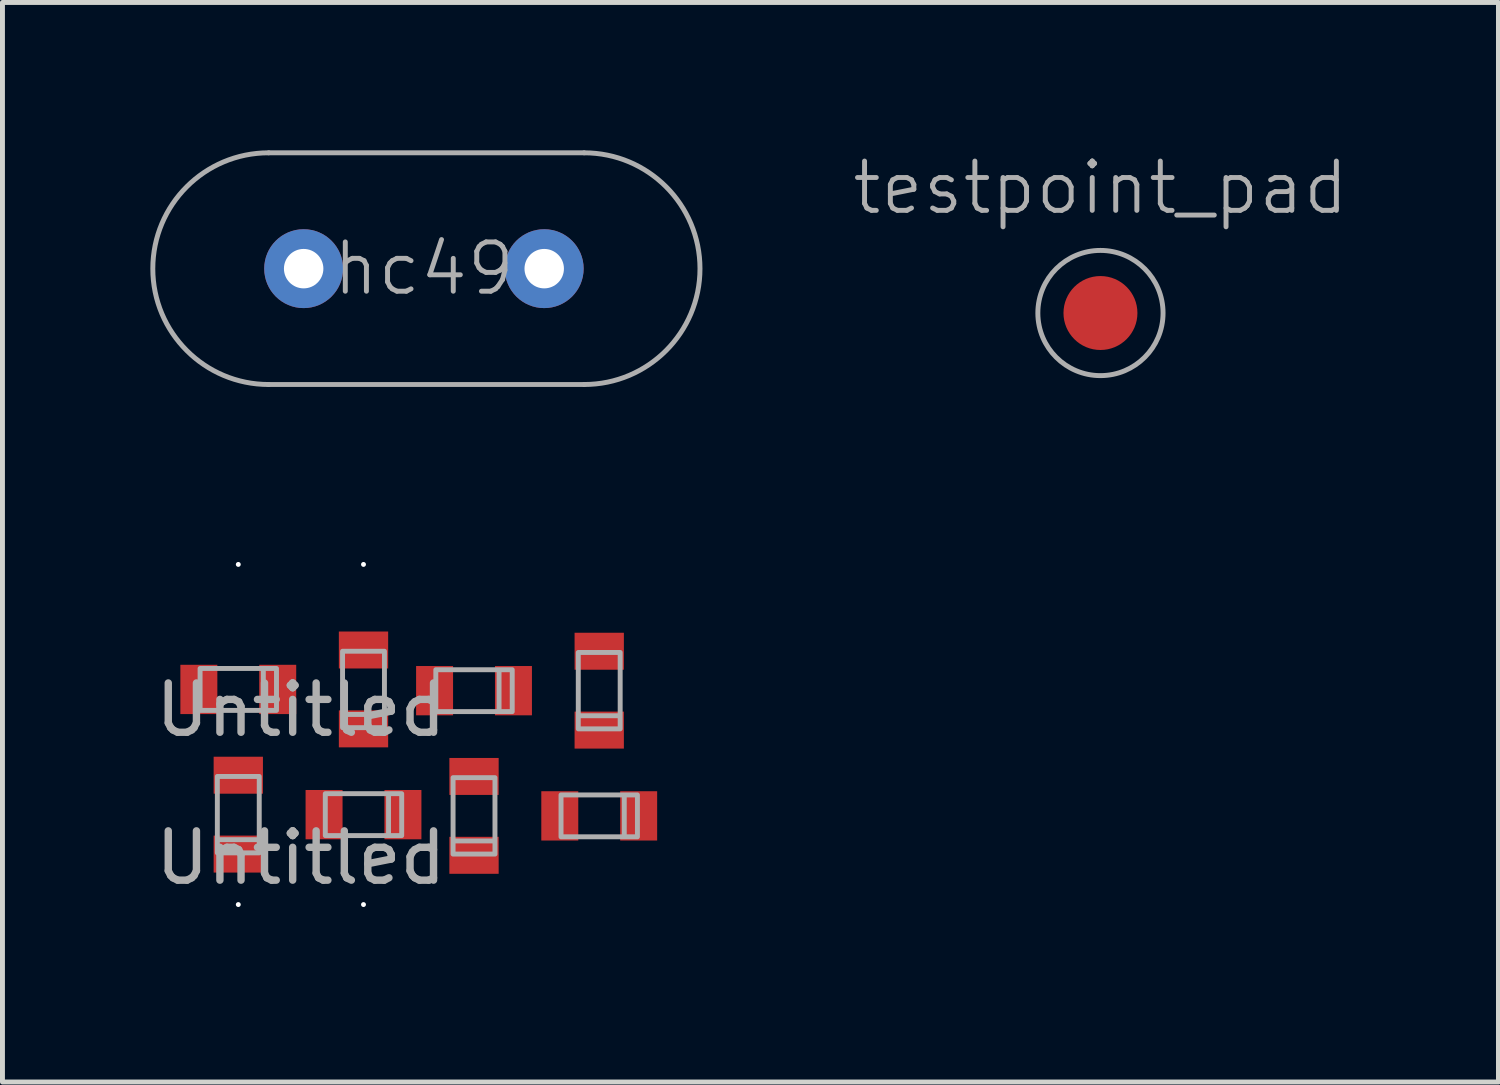
<source format=kicad_pcb>
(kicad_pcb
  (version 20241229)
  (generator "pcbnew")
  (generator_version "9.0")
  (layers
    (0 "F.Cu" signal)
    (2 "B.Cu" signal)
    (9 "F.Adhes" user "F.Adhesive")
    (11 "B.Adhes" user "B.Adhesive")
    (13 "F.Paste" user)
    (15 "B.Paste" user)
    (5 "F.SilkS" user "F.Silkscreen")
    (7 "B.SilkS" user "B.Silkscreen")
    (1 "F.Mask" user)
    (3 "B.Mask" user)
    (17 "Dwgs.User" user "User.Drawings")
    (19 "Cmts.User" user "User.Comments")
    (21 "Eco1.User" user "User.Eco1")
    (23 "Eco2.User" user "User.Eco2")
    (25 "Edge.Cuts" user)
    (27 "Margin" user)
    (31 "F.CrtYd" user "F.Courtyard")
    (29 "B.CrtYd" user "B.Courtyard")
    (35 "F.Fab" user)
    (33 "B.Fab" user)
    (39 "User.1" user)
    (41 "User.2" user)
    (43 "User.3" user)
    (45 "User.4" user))
  (footprint "testpoint_pad"
    (layer "F.Cu")
    (at 19.274 3.3)
    (property "Reference" "testpoint_pad" (at 0 -2.54 0) (unlocked yes) (layer "F.Fab") (effects (font (size 1 1) (thickness 0.1))))
    (attr smd)
    (fp_circle (center 0 0) (end 1.27 0) (stroke (width 0.1) (type solid)) (fill no) (layer "F.Fab"))
    (pad "1" smd circle (at 0 0) (size 1.5 1.5) (layers "F.Cu" "F.Mask")))
  (footprint "Untitled"
    (layer "F.Cu")
    (at 3.054 11.85)
    (property "Reference" "Untitled" (at 0 -0.5 0) (unlocked yes) (layer "F.Fab") (effects (font (size 1 1) (thickness 0.15))))
    (attr through_hole)
    (fp_line (start -1.676 2.134) (end -0.864 2.134) (stroke (width 0.1) (type default)) (layer "F.Fab"))
    (fp_line (start -0.762 -0.508) (end -0.762 -1.321) (stroke (width 0.1) (type default)) (layer "F.Fab"))
    (fp_line (start 0.864 -0.406) (end 1.676 -0.406) (stroke (width 0.1) (type default)) (layer "F.Fab"))
    (fp_line (start 1.778 2.032) (end 1.778 1.219) (stroke (width 0.1) (type default)) (layer "F.Fab"))
    (fp_line (start 3.106 2.159) (end 3.918 2.159) (stroke (width 0.1) (type default)) (layer "F.Fab"))
    (fp_line (start 4.02 -0.483) (end 4.02 -1.295) (stroke (width 0.1) (type default)) (layer "F.Fab"))
    (fp_line (start 5.646 -0.381) (end 6.458 -0.381) (stroke (width 0.1) (type default)) (layer "F.Fab"))
    (fp_line (start 6.56 2.057) (end 6.56 1.245) (stroke (width 0.1) (type default)) (layer "F.Fab"))
    (fp_rect (start -2.045 -1.339) (end -0.495 -0.489) (stroke (width 0.1) (type default)) (fill no) (layer "F.Fab"))
    (fp_rect (start -1.695 0.851) (end -0.845 2.401) (stroke (width 0.1) (type default)) (fill no) (layer "F.Fab"))
    (fp_rect (start 0.495 1.201) (end 2.045 2.051) (stroke (width 0.1) (type default)) (fill no) (layer "F.Fab"))
    (fp_rect (start 0.845 -1.689) (end 1.695 -0.139) (stroke (width 0.1) (type default)) (fill no) (layer "F.Fab"))
    (fp_rect (start 2.737 -1.314) (end 4.287 -0.464) (stroke (width 0.1) (type default)) (fill no) (layer "F.Fab"))
    (fp_rect (start 3.087 0.876) (end 3.937 2.426) (stroke (width 0.1) (type default)) (fill no) (layer "F.Fab"))
    (fp_rect (start 5.277 1.226) (end 6.827 2.076) (stroke (width 0.1) (type default)) (fill no) (layer "F.Fab"))
    (fp_rect (start 5.627 -1.664) (end 6.477 -0.114) (stroke (width 0.1) (type default)) (fill no) (layer "F.Fab"))
    (fp_text user "${REFERENCE}" (at 0 2.5 0) (unlocked yes) (layer "F.Fab") (effects (font (size 1 1) (thickness 0.15))))
    (pad "" np_thru_hole circle (at -1.27 -3.45) (size 0.1 0.1) (drill 1.2) (layers "*.Cu" "*.Mask"))
    (pad "" np_thru_hole circle (at -1.27 3.45) (size 0.1 0.1) (drill 1.2) (layers "*.Cu" "*.Mask"))
    (pad "" np_thru_hole circle (at 1.27 -3.45) (size 0.1 0.1) (drill 1.2) (layers "*.Cu" "*.Mask"))
    (pad "" np_thru_hole circle (at 1.27 3.45) (size 0.1 0.1) (drill 1.2) (layers "*.Cu" "*.Mask"))
    (pad "1" smd rect (at -1.27 2.426 90) (size 0.75 1) (layers "F.Cu" "F.Mask" "F.Paste"))
    (pad "1" smd rect (at -0.47 -0.914 180) (size 0.75 1) (layers "F.Cu" "F.Mask" "F.Paste"))
    (pad "1" smd rect (at 1.27 -0.114 90) (size 0.75 1) (layers "F.Cu" "F.Mask" "F.Paste"))
    (pad "1" smd rect (at 2.07 1.626 180) (size 0.75 1) (layers "F.Cu" "F.Mask" "F.Paste"))
    (pad "1" smd rect (at 3.512 2.451 90) (size 0.75 1) (layers "F.Cu" "F.Mask" "F.Paste"))
    (pad "1" smd rect (at 4.312 -0.889 180) (size 0.75 1) (layers "F.Cu" "F.Mask" "F.Paste"))
    (pad "1" smd rect (at 6.052 -0.089 90) (size 0.75 1) (layers "F.Cu" "F.Mask" "F.Paste"))
    (pad "1" smd rect (at 6.852 1.651 180) (size 0.75 1) (layers "F.Cu" "F.Mask" "F.Paste"))
    (pad "2" smd rect (at -2.07 -0.914 180) (size 0.75 1) (layers "F.Cu" "F.Mask" "F.Paste"))
    (pad "2" smd rect (at -1.27 0.826 90) (size 0.75 1) (layers "F.Cu" "F.Mask" "F.Paste"))
    (pad "2" smd rect (at 0.47 1.626 180) (size 0.75 1) (layers "F.Cu" "F.Mask" "F.Paste"))
    (pad "2" smd rect (at 1.27 -1.714 90) (size 0.75 1) (layers "F.Cu" "F.Mask" "F.Paste"))
    (pad "2" smd rect (at 2.712 -0.889 180) (size 0.75 1) (layers "F.Cu" "F.Mask" "F.Paste"))
    (pad "2" smd rect (at 3.512 0.851 90) (size 0.75 1) (layers "F.Cu" "F.Mask" "F.Paste"))
    (pad "2" smd rect (at 5.252 1.651 180) (size 0.75 1) (layers "F.Cu" "F.Mask" "F.Paste"))
    (pad "2" smd rect (at 6.052 -1.689 90) (size 0.75 1) (layers "F.Cu" "F.Mask" "F.Paste")))
  (footprint "hc49"
    (layer "F.Cu")
    (at 5.55 2.4)
    (property "Reference" "hc49" (at 0 0 0) (unlocked yes) (layer "F.Fab") (effects (font (size 1 1) (thickness 0.1))))
    (attr through_hole)
    (fp_line (start -3.15 -2.35) (end 3.25 -2.35) (stroke (width 0.1) (type default)) (layer "F.Fab"))
    (fp_line (start -3.15 2.35) (end 3.25 2.35) (stroke (width 0.1) (type default)) (layer "F.Fab"))
    (fp_arc (start -3.15 2.35) (mid -5.5 0) (end -3.15 -2.35) (stroke (width 0.1) (type default)) (layer "F.Fab"))
    (fp_arc (start 3.25 -2.35) (mid 5.6 0) (end 3.25 2.35) (stroke (width 0.1) (type default)) (layer "F.Fab"))
    (pad "1" thru_hole circle (at -2.44 0) (size 1.6 1.6) (drill 0.8) (layers "*.Cu" "*.Mask"))
    (pad "2" thru_hole circle (at 2.44 0) (size 1.6 1.6) (drill 0.8) (layers "*.Cu" "*.Mask")))
  (gr_rect
    (start -3 -3)
    (end 27.348 18.9)
    (stroke (width 0.1) (type default))
    (fill no)
    (layer "Edge.Cuts")))
</source>
